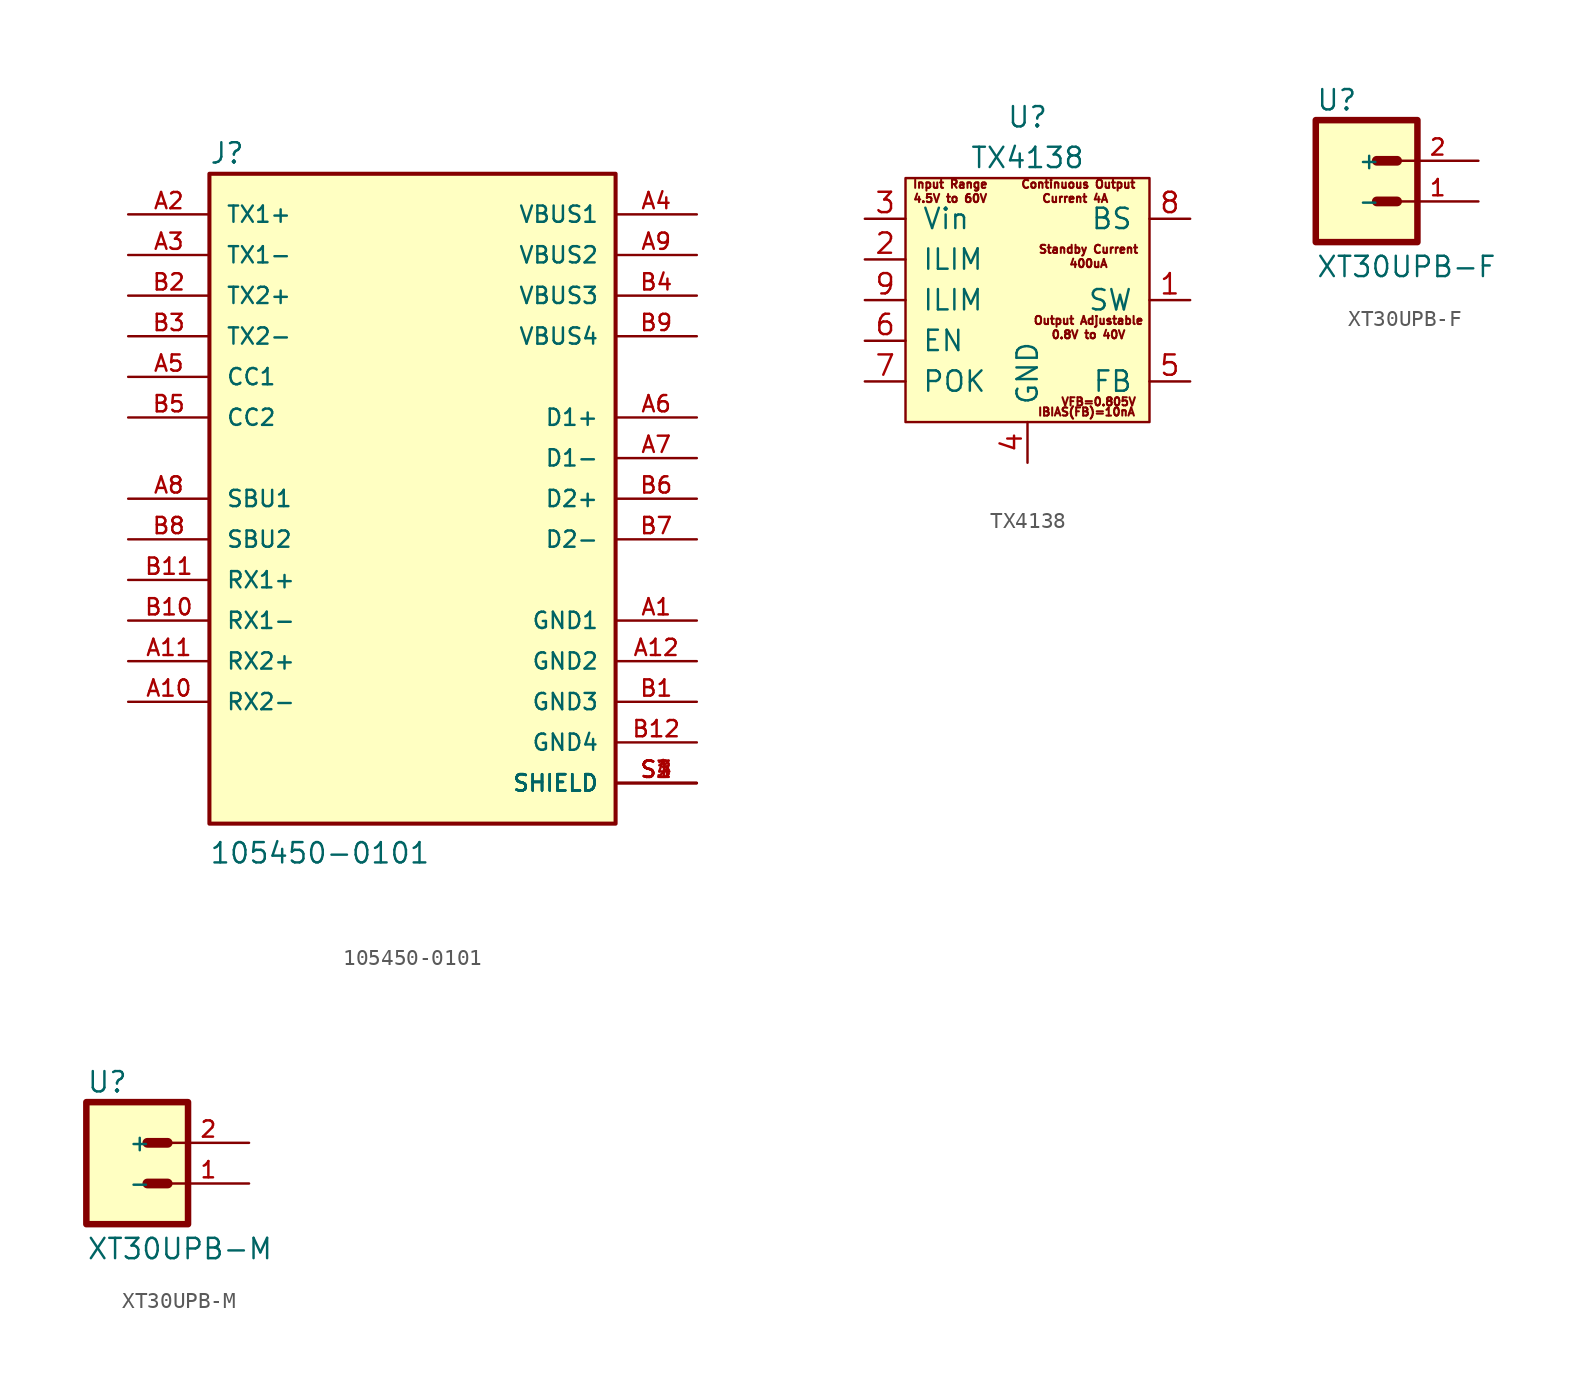
<source format=kicad_sym>
(kicad_symbol_lib
  (version 20231120)
  (generator "kicad_symbol_editor")
  (generator_version "8.0")
  (symbol "105450-0101"
    (pin_names
      (offset 1.016))
    (property "Reference" "J"
      (at -12.721 20.86 0)
      (effects (font (size 1.27 1.27)) (justify left bottom)))
    (property "Value" "105450-0101"
      (at -12.726 -22.907 0)
      (effects (font (size 1.27 1.27)) (justify left bottom)))
    (symbol "105450-0101_0_0"
      (rectangle (start -12.7 -20.32) (end 12.7 20.32) (stroke (width 0.254) (type default)) (fill (type background)))
      (pin passive line (at 17.78 -7.62 180) (length 5.08) (name "GND1" (effects (font (size 1.016 1.016)))) (number "A1" (effects (font (size 1.016 1.016)))))
      (pin passive line (at -17.78 -12.7 0) (length 5.08) (name "RX2-" (effects (font (size 1.016 1.016)))) (number "A10" (effects (font (size 1.016 1.016)))))
      (pin passive line (at -17.78 -10.16 0) (length 5.08) (name "RX2+" (effects (font (size 1.016 1.016)))) (number "A11" (effects (font (size 1.016 1.016)))))
      (pin passive line (at 17.78 -10.16 180) (length 5.08) (name "GND2" (effects (font (size 1.016 1.016)))) (number "A12" (effects (font (size 1.016 1.016)))))
      (pin passive line (at -17.78 17.78 0) (length 5.08) (name "TX1+" (effects (font (size 1.016 1.016)))) (number "A2" (effects (font (size 1.016 1.016)))))
      (pin passive line (at -17.78 15.24 0) (length 5.08) (name "TX1-" (effects (font (size 1.016 1.016)))) (number "A3" (effects (font (size 1.016 1.016)))))
      (pin passive line (at 17.78 17.78 180) (length 5.08) (name "VBUS1" (effects (font (size 1.016 1.016)))) (number "A4" (effects (font (size 1.016 1.016)))))
      (pin passive line (at -17.78 7.62 0) (length 5.08) (name "CC1" (effects (font (size 1.016 1.016)))) (number "A5" (effects (font (size 1.016 1.016)))))
      (pin passive line (at 17.78 5.08 180) (length 5.08) (name "D1+" (effects (font (size 1.016 1.016)))) (number "A6" (effects (font (size 1.016 1.016)))))
      (pin passive line (at 17.78 2.54 180) (length 5.08) (name "D1-" (effects (font (size 1.016 1.016)))) (number "A7" (effects (font (size 1.016 1.016)))))
      (pin passive line (at -17.78 0 0) (length 5.08) (name "SBU1" (effects (font (size 1.016 1.016)))) (number "A8" (effects (font (size 1.016 1.016)))))
      (pin passive line (at 17.78 15.24 180) (length 5.08) (name "VBUS2" (effects (font (size 1.016 1.016)))) (number "A9" (effects (font (size 1.016 1.016)))))
      (pin passive line (at 17.78 -12.7 180) (length 5.08) (name "GND3" (effects (font (size 1.016 1.016)))) (number "B1" (effects (font (size 1.016 1.016)))))
      (pin passive line (at -17.78 -7.62 0) (length 5.08) (name "RX1-" (effects (font (size 1.016 1.016)))) (number "B10" (effects (font (size 1.016 1.016)))))
      (pin passive line (at -17.78 -5.08 0) (length 5.08) (name "RX1+" (effects (font (size 1.016 1.016)))) (number "B11" (effects (font (size 1.016 1.016)))))
      (pin passive line (at 17.78 -15.24 180) (length 5.08) (name "GND4" (effects (font (size 1.016 1.016)))) (number "B12" (effects (font (size 1.016 1.016)))))
      (pin passive line (at -17.78 12.7 0) (length 5.08) (name "TX2+" (effects (font (size 1.016 1.016)))) (number "B2" (effects (font (size 1.016 1.016)))))
      (pin passive line (at -17.78 10.16 0) (length 5.08) (name "TX2-" (effects (font (size 1.016 1.016)))) (number "B3" (effects (font (size 1.016 1.016)))))
      (pin passive line (at 17.78 12.7 180) (length 5.08) (name "VBUS3" (effects (font (size 1.016 1.016)))) (number "B4" (effects (font (size 1.016 1.016)))))
      (pin passive line (at -17.78 5.08 0) (length 5.08) (name "CC2" (effects (font (size 1.016 1.016)))) (number "B5" (effects (font (size 1.016 1.016)))))
      (pin passive line (at 17.78 0 180) (length 5.08) (name "D2+" (effects (font (size 1.016 1.016)))) (number "B6" (effects (font (size 1.016 1.016)))))
      (pin passive line (at 17.78 -2.54 180) (length 5.08) (name "D2-" (effects (font (size 1.016 1.016)))) (number "B7" (effects (font (size 1.016 1.016)))))
      (pin passive line (at -17.78 -2.54 0) (length 5.08) (name "SBU2" (effects (font (size 1.016 1.016)))) (number "B8" (effects (font (size 1.016 1.016)))))
      (pin passive line (at 17.78 10.16 180) (length 5.08) (name "VBUS4" (effects (font (size 1.016 1.016)))) (number "B9" (effects (font (size 1.016 1.016)))))
      (pin passive line (at 17.78 -17.78 180) (length 5.08) (name "SHIELD" (effects (font (size 1.016 1.016)))) (number "S1" (effects (font (size 1.016 1.016)))))
      (pin passive line (at 17.78 -17.78 180) (length 5.08) (name "SHIELD" (effects (font (size 1.016 1.016)))) (number "S2" (effects (font (size 1.016 1.016)))))
      (pin passive line (at 17.78 -17.78 180) (length 5.08) (name "SHIELD" (effects (font (size 1.016 1.016)))) (number "S3" (effects (font (size 1.016 1.016)))))
      (pin passive line (at 17.78 -17.78 180) (length 5.08) (name "SHIELD" (effects (font (size 1.016 1.016)))) (number "S4" (effects (font (size 1.016 1.016)))))))
  (symbol "TX4138"
    (pin_names
      (offset 1.016))
    (property "Reference" "U"
      (at 0 11.43 0)
      (effects (font (size 1.27 1.27))))
    (property "Value" "TX4138"
      (at 0 8.89 0)
      (effects (font (size 1.27 1.27))))
    (symbol "TX4138_0_0"
      (text "0.8V to 40V" (at 3.81 -2.159 0) (effects (font (size 0.508 0.508))))
      (text "4.5V to 60V" (at -4.826 6.35 0) (effects (font (size 0.508 0.508))))
      (text "400uA" (at 3.81 2.286 0) (effects (font (size 0.508 0.508))))
      (text "Continuous Output" (at 3.175 7.239 0) (effects (font (size 0.508 0.508))))
      (text "Current 4A " (at 3.175 6.35 0) (effects (font (size 0.508 0.508))))
      (text "IBIAS(FB)=10nA" (at 3.683 -6.985 0) (effects (font (size 0.508 0.508))))
      (text "Input Range" (at -4.826 7.239 0) (effects (font (size 0.508 0.508))))
      (text "Output Adjustable" (at 3.81 -1.27 0) (effects (font (size 0.508 0.508))))
      (text "Standby Current" (at 3.81 3.175 0) (effects (font (size 0.508 0.508))))
      (text "VFB=0.805V" (at 4.445 -6.35 0) (effects (font (size 0.508 0.508)))))
    (symbol "TX4138_0_1"
      (rectangle (start -7.62 7.62) (end 7.62 -7.62) (stroke (width 0) (type solid)) (fill (type background))))
    (symbol "TX4138_1_1"
      (pin output line (at 10.16 0 180) (length 2.54) (name "SW" (effects (font (size 1.27 1.27)))) (number "1" (effects (font (size 1.27 1.27)))))
      (pin input line (at -10.16 2.54 0) (length 2.54) (name "ILIM" (effects (font (size 1.27 1.27)))) (number "2" (effects (font (size 1.27 1.27)))))
      (pin power_in line (at -10.16 5.08 0) (length 2.54) (name "Vin" (effects (font (size 1.27 1.27)))) (number "3" (effects (font (size 1.27 1.27)))))
      (pin power_in line (at 0 -10.16 90) (length 2.54) (name "GND" (effects (font (size 1.27 1.27)))) (number "4" (effects (font (size 1.27 1.27)))))
      (pin input line (at 10.16 -5.08 180) (length 2.54) (name "FB" (effects (font (size 1.27 1.27)))) (number "5" (effects (font (size 1.27 1.27)))))
      (pin input line (at -10.16 -2.54 0) (length 2.54) (name "EN" (effects (font (size 1.27 1.27)))) (number "6" (effects (font (size 1.27 1.27)))))
      (pin open_collector line (at -10.16 -5.08 0) (length 2.54) (name "POK" (effects (font (size 1.27 1.27)))) (number "7" (effects (font (size 1.27 1.27)))))
      (pin passive line (at 10.16 5.08 180) (length 2.54) (name "BS" (effects (font (size 1.27 1.27)))) (number "8" (effects (font (size 1.27 1.27)))))
      (pin input line (at -10.16 0 0) (length 2.54) (name "ILIM" (effects (font (size 1.27 1.27)))) (number "9" (effects (font (size 1.27 1.27)))))))
  (symbol "XT30UPB-F"
    (pin_names
      (offset 1.016))
    (property "Reference" "U"
      (at -2.54 5.588 0)
      (effects (font (size 1.27 1.27)) (justify left bottom)))
    (property "Value" "XT30UPB-F"
      (at -2.54 -4.826 0)
      (effects (font (size 1.27 1.27)) (justify left bottom)))
    (symbol "XT30UPB-F_0_0"
      (rectangle (start -2.54 5.08) (end 3.81 -2.54) (stroke (width 0.406) (type default)) (fill (type background)))
      (polyline (pts (xy 1.27 0) (xy 2.54 0)) (stroke (width 0.61) (type default)) (fill (type none)))
      (polyline (pts (xy 1.27 2.54) (xy 2.54 2.54)) (stroke (width 0.61) (type default)) (fill (type none))))
    (symbol "XT30UPB-F_1_0"
      (pin passive line (at 7.62 0 180) (length 5.08) (name "-" (effects (font (size 1.016 1.016)))) (number "1" (effects (font (size 1.016 1.016)))))
      (pin passive line (at 7.62 2.54 180) (length 5.08) (name "+" (effects (font (size 1.016 1.016)))) (number "2" (effects (font (size 1.016 1.016)))))))
  (symbol "XT30UPB-M"
    (pin_names
      (offset 1.016))
    (property "Reference" "U"
      (at -2.54 5.588 0)
      (effects (font (size 1.27 1.27)) (justify left bottom)))
    (property "Value" "XT30UPB-M"
      (at -2.54 -4.826 0)
      (effects (font (size 1.27 1.27)) (justify left bottom)))
    (symbol "XT30UPB-M_0_0"
      (rectangle (start -2.54 5.08) (end 3.81 -2.54) (stroke (width 0.406) (type default)) (fill (type background)))
      (polyline (pts (xy 1.27 0) (xy 2.54 0)) (stroke (width 0.61) (type default)) (fill (type none)))
      (polyline (pts (xy 1.27 2.54) (xy 2.54 2.54)) (stroke (width 0.61) (type default)) (fill (type none))))
    (symbol "XT30UPB-M_1_0"
      (pin passive line (at 7.62 0 180) (length 5.08) (name "-" (effects (font (size 1.016 1.016)))) (number "1" (effects (font (size 1.016 1.016)))))
      (pin passive line (at 7.62 2.54 180) (length 5.08) (name "+" (effects (font (size 1.016 1.016)))) (number "2" (effects (font (size 1.016 1.016))))))))
</source>
